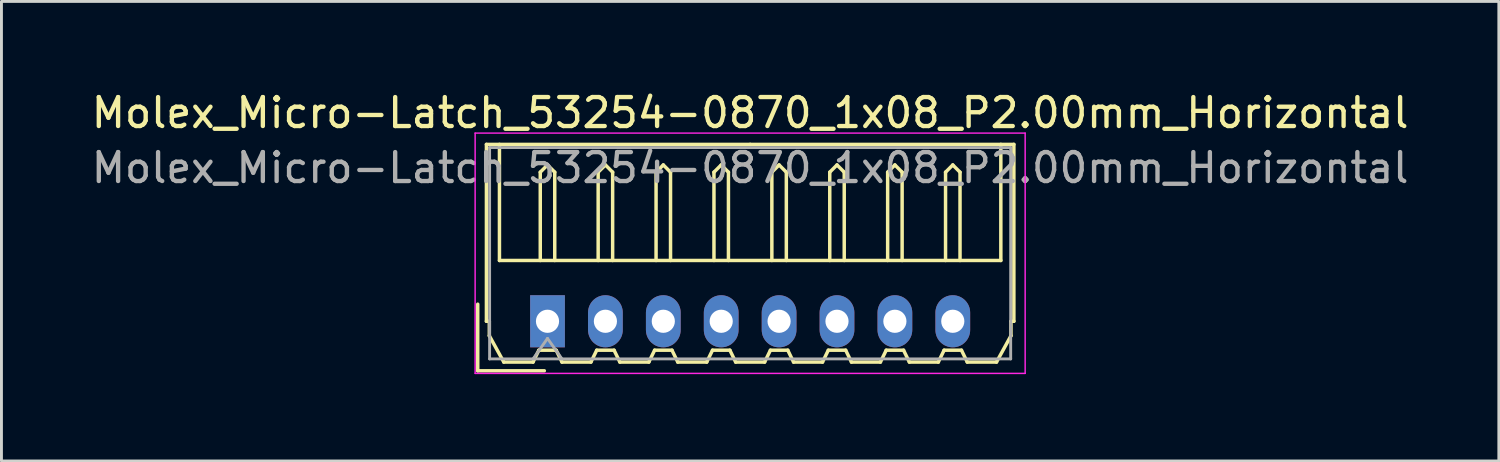
<source format=kicad_pcb>
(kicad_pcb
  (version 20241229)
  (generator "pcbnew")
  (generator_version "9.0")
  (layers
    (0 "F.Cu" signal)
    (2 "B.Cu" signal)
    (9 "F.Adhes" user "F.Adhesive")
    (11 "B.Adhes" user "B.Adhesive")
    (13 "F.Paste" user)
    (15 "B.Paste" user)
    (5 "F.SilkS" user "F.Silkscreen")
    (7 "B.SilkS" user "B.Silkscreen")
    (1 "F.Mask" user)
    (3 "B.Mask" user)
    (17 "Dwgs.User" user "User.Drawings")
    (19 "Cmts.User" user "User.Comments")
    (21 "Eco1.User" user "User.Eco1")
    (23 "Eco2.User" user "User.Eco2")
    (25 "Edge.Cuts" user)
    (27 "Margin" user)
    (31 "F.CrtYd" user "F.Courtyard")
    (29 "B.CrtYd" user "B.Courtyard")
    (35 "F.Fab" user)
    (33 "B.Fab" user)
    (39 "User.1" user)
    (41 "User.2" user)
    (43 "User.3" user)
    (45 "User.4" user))
  (footprint "Molex_Micro-Latch_53254-0870_1x08_P2.00mm_Horizontal"
    (layer "F.Cu")
    (at 15.863 8.048)
    (property "Reference" "Molex_Micro-Latch_53254-0870_1x08_P2.00mm_Horizontal" (at 7 -7.2 0) (layer "F.SilkS") (effects (font (size 1 1) (thickness 0.15))))
    (attr through_hole)
    (fp_line (start -2.41 1.71) (end -2.41 -0.59) (stroke (width 0.12) (type solid)) (layer "F.SilkS"))
    (fp_line (start -2.11 -6.11) (end 7 -6.11) (stroke (width 0.12) (type solid)) (layer "F.SilkS"))
    (fp_line (start -2.11 0) (end -2.11 -6.11) (stroke (width 0.12) (type solid)) (layer "F.SilkS"))
    (fp_line (start -2.01 0) (end -2.11 0) (stroke (width 0.12) (type solid)) (layer "F.SilkS"))
    (fp_line (start -2.01 0.5) (end -2.01 0) (stroke (width 0.12) (type solid)) (layer "F.SilkS"))
    (fp_line (start -1.66 -6.11) (end -1.66 -2.1) (stroke (width 0.12) (type solid)) (layer "F.SilkS"))
    (fp_line (start -1.66 -2.1) (end 15.66 -2.1) (stroke (width 0.12) (type solid)) (layer "F.SilkS"))
    (fp_line (start -1.51 1.41) (end -2.01 0.5) (stroke (width 0.12) (type solid)) (layer "F.SilkS"))
    (fp_line (start -0.5 1.41) (end -1.51 1.41) (stroke (width 0.12) (type solid)) (layer "F.SilkS"))
    (fp_line (start -0.3 1) (end -0.5 1.41) (stroke (width 0.12) (type solid)) (layer "F.SilkS"))
    (fp_line (start -0.3 1) (end 0.3 1) (stroke (width 0.12) (type solid)) (layer "F.SilkS"))
    (fp_line (start -0.25 -5.15) (end 0 -5.4) (stroke (width 0.12) (type solid)) (layer "F.SilkS"))
    (fp_line (start -0.25 -2.1) (end -0.25 -5.15) (stroke (width 0.12) (type solid)) (layer "F.SilkS"))
    (fp_line (start -0.11 1.71) (end -2.41 1.71) (stroke (width 0.12) (type solid)) (layer "F.SilkS"))
    (fp_line (start 0 -5.4) (end 0.25 -5.15) (stroke (width 0.12) (type solid)) (layer "F.SilkS"))
    (fp_line (start 0.25 -5.15) (end 0.25 -2.1) (stroke (width 0.12) (type solid)) (layer "F.SilkS"))
    (fp_line (start 0.3 1) (end 0.5 1.41) (stroke (width 0.12) (type solid)) (layer "F.SilkS"))
    (fp_line (start 0.5 1.41) (end 1.5 1.41) (stroke (width 0.12) (type solid)) (layer "F.SilkS"))
    (fp_line (start 1.5 1.41) (end 1.7 1) (stroke (width 0.12) (type solid)) (layer "F.SilkS"))
    (fp_line (start 1.7 1) (end 2.3 1) (stroke (width 0.12) (type solid)) (layer "F.SilkS"))
    (fp_line (start 1.75 -5.15) (end 2 -5.4) (stroke (width 0.12) (type solid)) (layer "F.SilkS"))
    (fp_line (start 1.75 -2.1) (end 1.75 -5.15) (stroke (width 0.12) (type solid)) (layer "F.SilkS"))
    (fp_line (start 2 -5.4) (end 2.25 -5.15) (stroke (width 0.12) (type solid)) (layer "F.SilkS"))
    (fp_line (start 2.25 -5.15) (end 2.25 -2.1) (stroke (width 0.12) (type solid)) (layer "F.SilkS"))
    (fp_line (start 2.3 1) (end 2.5 1.41) (stroke (width 0.12) (type solid)) (layer "F.SilkS"))
    (fp_line (start 2.5 1.41) (end 3.5 1.41) (stroke (width 0.12) (type solid)) (layer "F.SilkS"))
    (fp_line (start 3.5 1.41) (end 3.7 1) (stroke (width 0.12) (type solid)) (layer "F.SilkS"))
    (fp_line (start 3.7 1) (end 4.3 1) (stroke (width 0.12) (type solid)) (layer "F.SilkS"))
    (fp_line (start 3.75 -5.15) (end 4 -5.4) (stroke (width 0.12) (type solid)) (layer "F.SilkS"))
    (fp_line (start 3.75 -2.1) (end 3.75 -5.15) (stroke (width 0.12) (type solid)) (layer "F.SilkS"))
    (fp_line (start 4 -5.4) (end 4.25 -5.15) (stroke (width 0.12) (type solid)) (layer "F.SilkS"))
    (fp_line (start 4.25 -5.15) (end 4.25 -2.1) (stroke (width 0.12) (type solid)) (layer "F.SilkS"))
    (fp_line (start 4.3 1) (end 4.5 1.41) (stroke (width 0.12) (type solid)) (layer "F.SilkS"))
    (fp_line (start 4.5 1.41) (end 5.5 1.41) (stroke (width 0.12) (type solid)) (layer "F.SilkS"))
    (fp_line (start 5.5 1.41) (end 5.7 1) (stroke (width 0.12) (type solid)) (layer "F.SilkS"))
    (fp_line (start 5.7 1) (end 6.3 1) (stroke (width 0.12) (type solid)) (layer "F.SilkS"))
    (fp_line (start 5.75 -5.15) (end 6 -5.4) (stroke (width 0.12) (type solid)) (layer "F.SilkS"))
    (fp_line (start 5.75 -2.1) (end 5.75 -5.15) (stroke (width 0.12) (type solid)) (layer "F.SilkS"))
    (fp_line (start 6 -5.4) (end 6.25 -5.15) (stroke (width 0.12) (type solid)) (layer "F.SilkS"))
    (fp_line (start 6.25 -5.15) (end 6.25 -2.1) (stroke (width 0.12) (type solid)) (layer "F.SilkS"))
    (fp_line (start 6.3 1) (end 6.5 1.41) (stroke (width 0.12) (type solid)) (layer "F.SilkS"))
    (fp_line (start 6.5 1.41) (end 7.5 1.41) (stroke (width 0.12) (type solid)) (layer "F.SilkS"))
    (fp_line (start 7.5 1.41) (end 7.7 1) (stroke (width 0.12) (type solid)) (layer "F.SilkS"))
    (fp_line (start 7.7 1) (end 8.3 1) (stroke (width 0.12) (type solid)) (layer "F.SilkS"))
    (fp_line (start 7.75 -5.15) (end 8 -5.4) (stroke (width 0.12) (type solid)) (layer "F.SilkS"))
    (fp_line (start 7.75 -2.1) (end 7.75 -5.15) (stroke (width 0.12) (type solid)) (layer "F.SilkS"))
    (fp_line (start 8 -5.4) (end 8.25 -5.15) (stroke (width 0.12) (type solid)) (layer "F.SilkS"))
    (fp_line (start 8.25 -5.15) (end 8.25 -2.1) (stroke (width 0.12) (type solid)) (layer "F.SilkS"))
    (fp_line (start 8.3 1) (end 8.5 1.41) (stroke (width 0.12) (type solid)) (layer "F.SilkS"))
    (fp_line (start 8.5 1.41) (end 9.5 1.41) (stroke (width 0.12) (type solid)) (layer "F.SilkS"))
    (fp_line (start 9.5 1.41) (end 9.7 1) (stroke (width 0.12) (type solid)) (layer "F.SilkS"))
    (fp_line (start 9.7 1) (end 10.3 1) (stroke (width 0.12) (type solid)) (layer "F.SilkS"))
    (fp_line (start 9.75 -5.15) (end 10 -5.4) (stroke (width 0.12) (type solid)) (layer "F.SilkS"))
    (fp_line (start 9.75 -2.1) (end 9.75 -5.15) (stroke (width 0.12) (type solid)) (layer "F.SilkS"))
    (fp_line (start 10 -5.4) (end 10.25 -5.15) (stroke (width 0.12) (type solid)) (layer "F.SilkS"))
    (fp_line (start 10.25 -5.15) (end 10.25 -2.1) (stroke (width 0.12) (type solid)) (layer "F.SilkS"))
    (fp_line (start 10.3 1) (end 10.5 1.41) (stroke (width 0.12) (type solid)) (layer "F.SilkS"))
    (fp_line (start 10.5 1.41) (end 11.5 1.41) (stroke (width 0.12) (type solid)) (layer "F.SilkS"))
    (fp_line (start 11.5 1.41) (end 11.7 1) (stroke (width 0.12) (type solid)) (layer "F.SilkS"))
    (fp_line (start 11.7 1) (end 12.3 1) (stroke (width 0.12) (type solid)) (layer "F.SilkS"))
    (fp_line (start 11.75 -5.15) (end 12 -5.4) (stroke (width 0.12) (type solid)) (layer "F.SilkS"))
    (fp_line (start 11.75 -2.1) (end 11.75 -5.15) (stroke (width 0.12) (type solid)) (layer "F.SilkS"))
    (fp_line (start 12 -5.4) (end 12.25 -5.15) (stroke (width 0.12) (type solid)) (layer "F.SilkS"))
    (fp_line (start 12.25 -5.15) (end 12.25 -2.1) (stroke (width 0.12) (type solid)) (layer "F.SilkS"))
    (fp_line (start 12.3 1) (end 12.5 1.41) (stroke (width 0.12) (type solid)) (layer "F.SilkS"))
    (fp_line (start 12.5 1.41) (end 13.5 1.41) (stroke (width 0.12) (type solid)) (layer "F.SilkS"))
    (fp_line (start 13.5 1.41) (end 13.7 1) (stroke (width 0.12) (type solid)) (layer "F.SilkS"))
    (fp_line (start 13.7 1) (end 14.3 1) (stroke (width 0.12) (type solid)) (layer "F.SilkS"))
    (fp_line (start 13.75 -5.15) (end 14 -5.4) (stroke (width 0.12) (type solid)) (layer "F.SilkS"))
    (fp_line (start 13.75 -2.1) (end 13.75 -5.15) (stroke (width 0.12) (type solid)) (layer "F.SilkS"))
    (fp_line (start 14 -5.4) (end 14.25 -5.15) (stroke (width 0.12) (type solid)) (layer "F.SilkS"))
    (fp_line (start 14.25 -5.15) (end 14.25 -2.1) (stroke (width 0.12) (type solid)) (layer "F.SilkS"))
    (fp_line (start 14.3 1) (end 14.5 1.41) (stroke (width 0.12) (type solid)) (layer "F.SilkS"))
    (fp_line (start 14.5 1.41) (end 15.51 1.41) (stroke (width 0.12) (type solid)) (layer "F.SilkS"))
    (fp_line (start 15.51 1.41) (end 16.01 0.5) (stroke (width 0.12) (type solid)) (layer "F.SilkS"))
    (fp_line (start 15.66 -2.1) (end 15.66 -6.11) (stroke (width 0.12) (type solid)) (layer "F.SilkS"))
    (fp_line (start 16.01 0) (end 16.11 0) (stroke (width 0.12) (type solid)) (layer "F.SilkS"))
    (fp_line (start 16.01 0.5) (end 16.01 0) (stroke (width 0.12) (type solid)) (layer "F.SilkS"))
    (fp_line (start 16.11 -6.11) (end 7 -6.11) (stroke (width 0.12) (type solid)) (layer "F.SilkS"))
    (fp_line (start 16.11 0) (end 16.11 -6.11) (stroke (width 0.12) (type solid)) (layer "F.SilkS"))
    (fp_line (start -2.5 -6.5) (end -2.5 1.8) (stroke (width 0.05) (type solid)) (layer "F.CrtYd"))
    (fp_line (start -2.5 1.8) (end 16.5 1.8) (stroke (width 0.05) (type solid)) (layer "F.CrtYd"))
    (fp_line (start 16.5 -6.5) (end -2.5 -6.5) (stroke (width 0.05) (type solid)) (layer "F.CrtYd"))
    (fp_line (start 16.5 1.8) (end 16.5 -6.5) (stroke (width 0.05) (type solid)) (layer "F.CrtYd"))
    (fp_line (start -2 -6) (end -2 1.3) (stroke (width 0.1) (type solid)) (layer "F.Fab"))
    (fp_line (start -2 1.3) (end 16 1.3) (stroke (width 0.1) (type solid)) (layer "F.Fab"))
    (fp_line (start -0.5 1.3) (end 0 0.593) (stroke (width 0.1) (type solid)) (layer "F.Fab"))
    (fp_line (start 0 0.593) (end 0.5 1.3) (stroke (width 0.1) (type solid)) (layer "F.Fab"))
    (fp_line (start 16 -6) (end -2 -6) (stroke (width 0.1) (type solid)) (layer "F.Fab"))
    (fp_line (start 16 1.3) (end 16 -6) (stroke (width 0.1) (type solid)) (layer "F.Fab"))
    (fp_text user "${REFERENCE}" (at 7 -5.3 0) (layer "F.Fab") (effects (font (size 1 1) (thickness 0.15))))
    (pad "1" thru_hole rect (at 0 0) (size 1.2 1.8) (drill 0.8) (layers "*.Cu" "*.Mask"))
    (pad "2" thru_hole oval (at 2 0) (size 1.2 1.8) (drill 0.8) (layers "*.Cu" "*.Mask"))
    (pad "3" thru_hole oval (at 4 0) (size 1.2 1.8) (drill 0.8) (layers "*.Cu" "*.Mask"))
    (pad "4" thru_hole oval (at 6 0) (size 1.2 1.8) (drill 0.8) (layers "*.Cu" "*.Mask"))
    (pad "5" thru_hole oval (at 8 0) (size 1.2 1.8) (drill 0.8) (layers "*.Cu" "*.Mask"))
    (pad "6" thru_hole oval (at 10 0) (size 1.2 1.8) (drill 0.8) (layers "*.Cu" "*.Mask"))
    (pad "7" thru_hole oval (at 12 0) (size 1.2 1.8) (drill 0.8) (layers "*.Cu" "*.Mask"))
    (pad "8" thru_hole oval (at 14 0) (size 1.2 1.8) (drill 0.8) (layers "*.Cu" "*.Mask")))
  (gr_rect
    (start -3 -3)
    (end 48.726 12.873)
    (stroke (width 0.1) (type default))
    (fill no)
    (layer "Edge.Cuts")))
</source>
